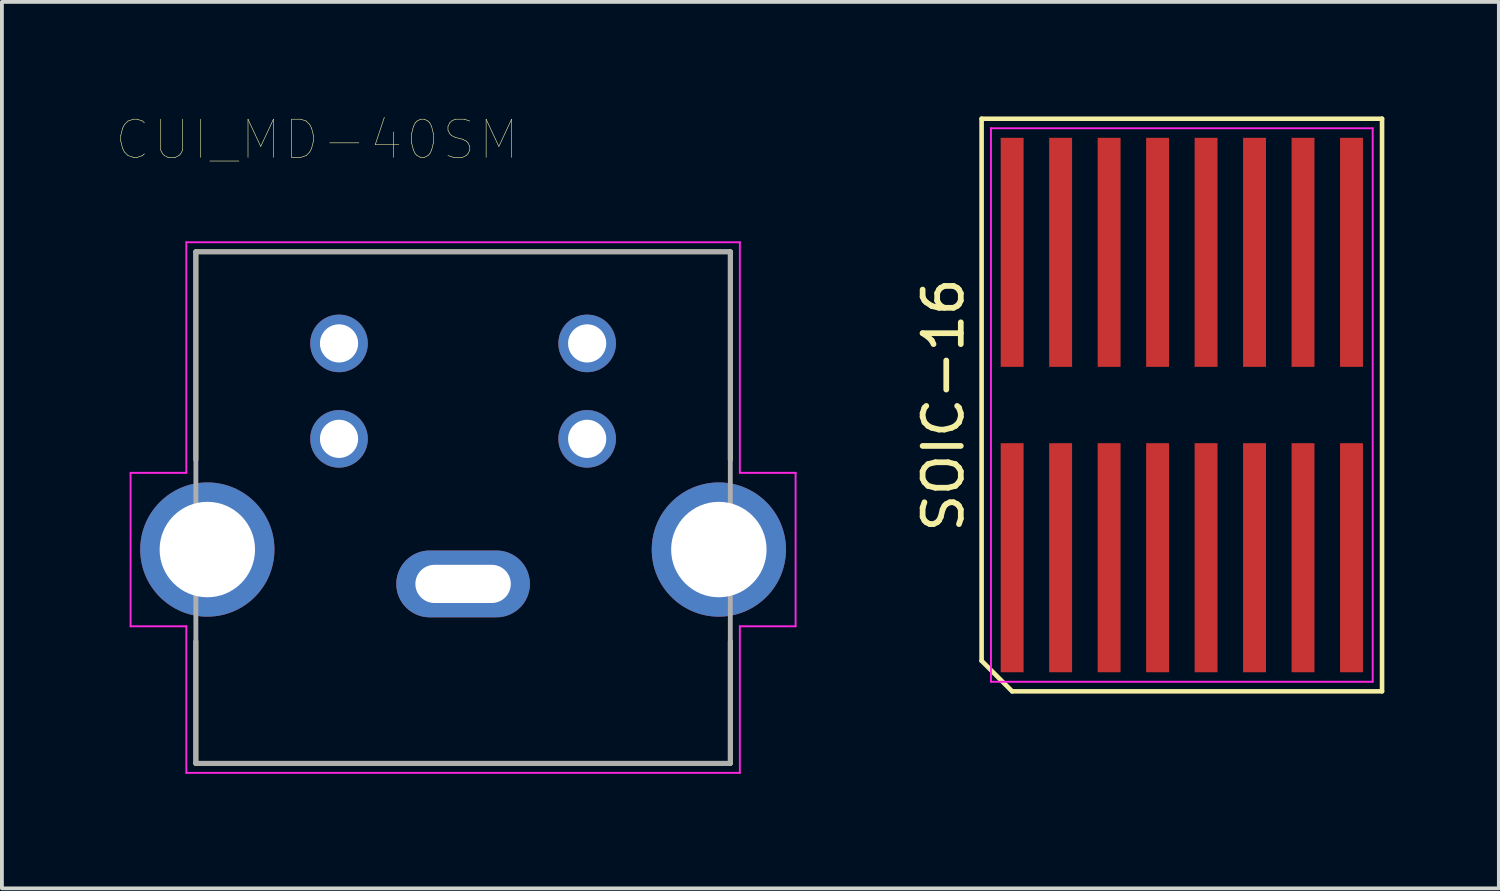
<source format=kicad_pcb>
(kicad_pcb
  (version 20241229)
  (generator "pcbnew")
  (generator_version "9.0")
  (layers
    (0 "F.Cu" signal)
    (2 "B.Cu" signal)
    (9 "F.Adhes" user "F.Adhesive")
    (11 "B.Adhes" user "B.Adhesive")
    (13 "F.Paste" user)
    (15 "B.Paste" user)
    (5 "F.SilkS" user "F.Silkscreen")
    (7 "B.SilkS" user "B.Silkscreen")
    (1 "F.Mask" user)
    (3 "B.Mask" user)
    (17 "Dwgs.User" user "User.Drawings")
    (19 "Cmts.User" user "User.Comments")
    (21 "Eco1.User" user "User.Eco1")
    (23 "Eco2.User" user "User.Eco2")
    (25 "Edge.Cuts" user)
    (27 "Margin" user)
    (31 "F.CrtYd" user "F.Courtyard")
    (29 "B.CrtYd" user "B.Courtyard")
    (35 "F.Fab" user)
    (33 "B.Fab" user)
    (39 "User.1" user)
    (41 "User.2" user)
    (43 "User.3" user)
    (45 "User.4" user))
  (footprint "SOIC-16"
    (layer "F.Cu")
    (at 27.909 7.56)
    (property "Reference" "SOIC-16" (at -6.245 0 90) (layer "F.SilkS") (effects (font (size 1 1) (thickness 0.15))))
    (attr smd)
    (fp_line (start -5.245 -7.5) (end 5.245 -7.5) (stroke (width 0.12) (type solid)) (layer "F.SilkS"))
    (fp_line (start -5.245 6.7) (end -5.245 -7.5) (stroke (width 0.12) (type solid)) (layer "F.SilkS"))
    (fp_line (start -4.445 7.5) (end -5.245 6.7) (stroke (width 0.12) (type solid)) (layer "F.SilkS"))
    (fp_line (start 5.245 -7.5) (end 5.245 7.5) (stroke (width 0.12) (type solid)) (layer "F.SilkS"))
    (fp_line (start 5.245 7.5) (end -4.445 7.5) (stroke (width 0.12) (type solid)) (layer "F.SilkS"))
    (fp_line (start -5 -7.25) (end 5 -7.25) (stroke (width 0.05) (type solid)) (layer "F.CrtYd"))
    (fp_line (start -5 7.25) (end -5 -7.25) (stroke (width 0.05) (type solid)) (layer "F.CrtYd"))
    (fp_line (start 5 -7.25) (end 5 7.25) (stroke (width 0.05) (type solid)) (layer "F.CrtYd"))
    (fp_line (start 5 7.25) (end -5 7.25) (stroke (width 0.05) (type solid)) (layer "F.CrtYd"))
    (pad "1" smd rect (at -4.445 4) (size 0.6 6) (layers "F.Cu" "F.Mask" "F.Paste"))
    (pad "2" smd rect (at -3.175 4) (size 0.6 6) (layers "F.Cu" "F.Mask" "F.Paste"))
    (pad "3" smd rect (at -1.905 4) (size 0.6 6) (layers "F.Cu" "F.Mask" "F.Paste"))
    (pad "4" smd rect (at -0.635 4) (size 0.6 6) (layers "F.Cu" "F.Mask" "F.Paste"))
    (pad "5" smd rect (at 0.635 4) (size 0.6 6) (layers "F.Cu" "F.Mask" "F.Paste"))
    (pad "6" smd rect (at 1.905 4) (size 0.6 6) (layers "F.Cu" "F.Mask" "F.Paste"))
    (pad "7" smd rect (at 3.175 4) (size 0.6 6) (layers "F.Cu" "F.Mask" "F.Paste"))
    (pad "8" smd rect (at 4.445 4) (size 0.6 6) (layers "F.Cu" "F.Mask" "F.Paste"))
    (pad "9" smd rect (at 4.445 -4) (size 0.6 6) (layers "F.Cu" "F.Mask" "F.Paste"))
    (pad "10" smd rect (at 3.175 -4) (size 0.6 6) (layers "F.Cu" "F.Mask" "F.Paste"))
    (pad "11" smd rect (at 1.905 -4) (size 0.6 6) (layers "F.Cu" "F.Mask" "F.Paste"))
    (pad "12" smd rect (at 0.635 -4) (size 0.6 6) (layers "F.Cu" "F.Mask" "F.Paste"))
    (pad "13" smd rect (at -0.635 -4) (size 0.6 6) (layers "F.Cu" "F.Mask" "F.Paste"))
    (pad "14" smd rect (at -1.905 -4) (size 0.6 6) (layers "F.Cu" "F.Mask" "F.Paste"))
    (pad "15" smd rect (at -3.175 -4) (size 0.6 6) (layers "F.Cu" "F.Mask" "F.Paste"))
    (pad "16" smd rect (at -4.445 -4) (size 0.6 6) (layers "F.Cu" "F.Mask" "F.Paste")))
  (footprint "CUI_MD-40SM"
    (layer "F.Cu")
    (at 9.081 10.246)
    (property "Reference" "CUI_MD-40SM" (at -3.825 -9.635 0) (layer "F.SilkS") (effects (font (size 1 1) (thickness 0.015))))
    (attr through_hole)
    (fp_line (start -7 -6.7) (end -7 -1.25) (stroke (width 0.127) (type solid)) (layer "F.SilkS"))
    (fp_line (start -7 -6.7) (end 7 -6.7) (stroke (width 0.127) (type solid)) (layer "F.SilkS"))
    (fp_line (start -7 6.7) (end -7 3.5) (stroke (width 0.127) (type solid)) (layer "F.SilkS"))
    (fp_line (start 7 -6.7) (end 7 -1.25) (stroke (width 0.127) (type solid)) (layer "F.SilkS"))
    (fp_line (start 7 6.7) (end -7 6.7) (stroke (width 0.127) (type solid)) (layer "F.SilkS"))
    (fp_line (start 7 6.7) (end 7 3.5) (stroke (width 0.127) (type solid)) (layer "F.SilkS"))
    (fp_line (start -8.71 -0.91) (end -7.25 -0.91) (stroke (width 0.05) (type solid)) (layer "F.CrtYd"))
    (fp_line (start -8.71 3.11) (end -8.71 -0.91) (stroke (width 0.05) (type solid)) (layer "F.CrtYd"))
    (fp_line (start -7.25 -6.95) (end 7.25 -6.95) (stroke (width 0.05) (type solid)) (layer "F.CrtYd"))
    (fp_line (start -7.25 -0.91) (end -7.25 -6.95) (stroke (width 0.05) (type solid)) (layer "F.CrtYd"))
    (fp_line (start -7.25 3.11) (end -8.71 3.11) (stroke (width 0.05) (type solid)) (layer "F.CrtYd"))
    (fp_line (start -7.25 6.95) (end -7.25 3.11) (stroke (width 0.05) (type solid)) (layer "F.CrtYd"))
    (fp_line (start 7.25 -6.95) (end 7.25 -0.91) (stroke (width 0.05) (type solid)) (layer "F.CrtYd"))
    (fp_line (start 7.25 -0.91) (end 8.71 -0.91) (stroke (width 0.05) (type solid)) (layer "F.CrtYd"))
    (fp_line (start 7.25 6.95) (end -7.25 6.95) (stroke (width 0.05) (type solid)) (layer "F.CrtYd"))
    (fp_line (start 7.25 6.95) (end 7.25 3.11) (stroke (width 0.05) (type solid)) (layer "F.CrtYd"))
    (fp_line (start 8.71 -0.91) (end 8.71 3.11) (stroke (width 0.05) (type solid)) (layer "F.CrtYd"))
    (fp_line (start 8.71 3.11) (end 7.25 3.11) (stroke (width 0.05) (type solid)) (layer "F.CrtYd"))
    (fp_line (start -7 -6.7) (end 7 -6.7) (stroke (width 0.127) (type solid)) (layer "F.Fab"))
    (fp_line (start -7 6.7) (end -7 -6.7) (stroke (width 0.127) (type solid)) (layer "F.Fab"))
    (fp_line (start 7 -6.7) (end 7 6.7) (stroke (width 0.127) (type solid)) (layer "F.Fab"))
    (fp_line (start 7 6.7) (end -7 6.7) (stroke (width 0.127) (type solid)) (layer "F.Fab"))
    (pad "3" thru_hole circle (at -3.25 -1.8) (size 1.508 1.508) (drill 1) (layers "*.Cu" "*.Mask"))
    (pad "5" thru_hole circle (at 3.25 -1.8) (size 1.508 1.508) (drill 1) (layers "*.Cu" "*.Mask"))
    (pad "6" thru_hole circle (at 3.25 -4.3) (size 1.508 1.508) (drill 1) (layers "*.Cu" "*.Mask"))
    (pad "8" thru_hole circle (at -3.25 -4.3) (size 1.508 1.508) (drill 1) (layers "*.Cu" "*.Mask"))
    (pad "S1" thru_hole circle (at 6.7 1.1) (size 3.516 3.516) (drill 2.5) (layers "*.Cu" "*.Mask"))
    (pad "S2" thru_hole circle (at -6.7 1.1) (size 3.516 3.516) (drill 2.5) (layers "*.Cu" "*.Mask"))
    (pad "S3" thru_hole oval (at 0 2) (size 3.5 1.75) (drill oval 2.5 1) (layers "*.Cu" "*.Mask")))
  (gr_rect
    (start -3 -3)
    (end 36.214 20.221)
    (stroke (width 0.1) (type default))
    (fill no)
    (layer "Edge.Cuts")))
</source>
